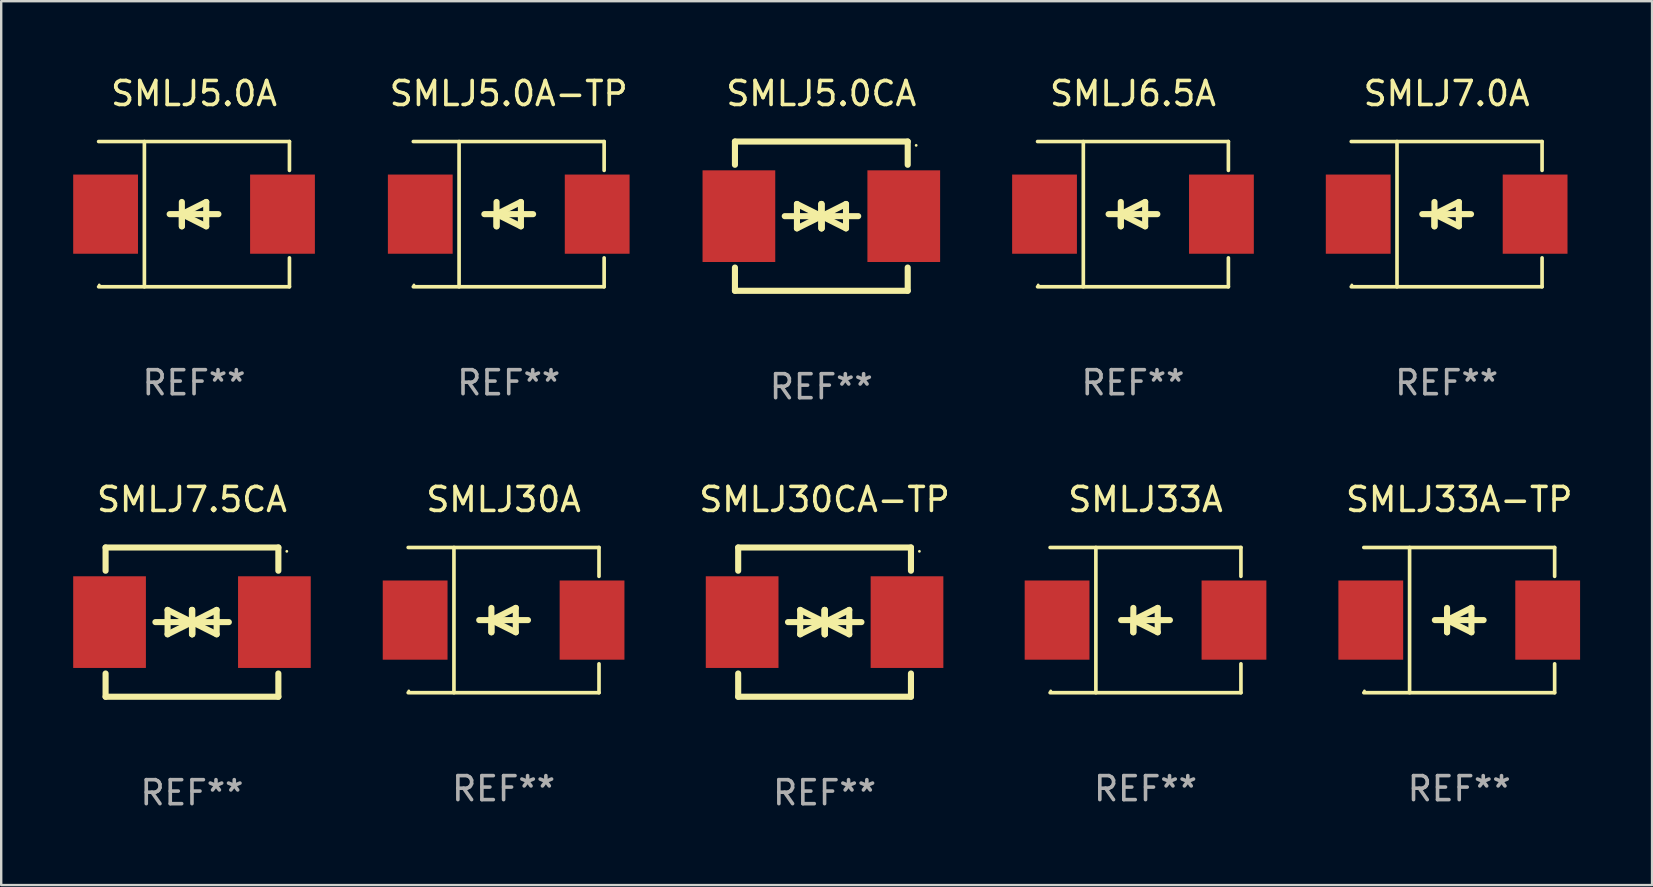
<source format=kicad_pcb>
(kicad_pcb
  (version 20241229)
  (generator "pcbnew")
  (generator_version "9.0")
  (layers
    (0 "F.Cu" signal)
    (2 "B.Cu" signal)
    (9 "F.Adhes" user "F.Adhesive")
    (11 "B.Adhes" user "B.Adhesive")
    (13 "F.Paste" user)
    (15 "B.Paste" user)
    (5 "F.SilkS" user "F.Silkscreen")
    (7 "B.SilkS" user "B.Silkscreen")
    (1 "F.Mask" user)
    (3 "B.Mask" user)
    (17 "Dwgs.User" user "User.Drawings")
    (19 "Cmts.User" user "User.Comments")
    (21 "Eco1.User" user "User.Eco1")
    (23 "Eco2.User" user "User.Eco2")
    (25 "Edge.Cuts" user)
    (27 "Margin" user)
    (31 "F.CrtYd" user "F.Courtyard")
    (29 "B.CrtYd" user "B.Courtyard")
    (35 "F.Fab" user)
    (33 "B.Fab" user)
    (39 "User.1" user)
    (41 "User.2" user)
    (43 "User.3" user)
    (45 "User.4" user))
  (footprint "SMLJ30A"
    (layer "F.Cu")
    (at 17.936 22.791)
    (property "Reference" "SMLJ30A" (at 0 -5.026 0) (layer "F.SilkS") (effects (font (size 1 1) (thickness 0.15))))
    (attr through_hole)
    (fp_line (start -3.976 -3.026) (end 3.976 -3.026) (stroke (width 0.152) (type solid)) (layer "F.SilkS"))
    (fp_line (start -3.976 3.026) (end 3.976 3.026) (stroke (width 0.152) (type solid)) (layer "F.SilkS"))
    (fp_line (start -2.069 -3.026) (end -2.069 3.026) (stroke (width 0.152) (type solid)) (layer "F.SilkS"))
    (fp_line (start -0.508 0) (end -0.508 0.508) (stroke (width 0.254) (type solid)) (layer "F.SilkS"))
    (fp_line (start -0.508 0) (end 0.508 0.508) (stroke (width 0.254) (type solid)) (layer "F.SilkS"))
    (fp_line (start -0.508 0.508) (end -0.508 -0.508) (stroke (width 0.254) (type solid)) (layer "F.SilkS"))
    (fp_line (start 0.508 -0.508) (end -0.508 0) (stroke (width 0.254) (type solid)) (layer "F.SilkS"))
    (fp_line (start 0.508 0.508) (end 0.508 -0.508) (stroke (width 0.254) (type solid)) (layer "F.SilkS"))
    (fp_line (start 1.016 0) (end -1.016 0) (stroke (width 0.254) (type solid)) (layer "F.SilkS"))
    (fp_line (start 3.976 -3.026) (end 3.976 -1.823) (stroke (width 0.152) (type solid)) (layer "F.SilkS"))
    (fp_line (start 3.976 3.026) (end 3.976 1.823) (stroke (width 0.152) (type solid)) (layer "F.SilkS"))
    (fp_circle (center -3.95 2.95) (end -3.92 2.95) (stroke (width 0.06) (type solid)) (fill no) (layer "F.SilkS"))
    (fp_text user "REF**" (at 0 7.026 0) (layer "F.Fab") (effects (font (size 1 1) (thickness 0.15))))
    (pad "1" smd rect (at -3.686 0) (size 2.7 3.3) (layers "F.Cu" "F.Mask" "F.Paste"))
    (pad "2" smd rect (at 3.686 0) (size 2.7 3.3) (layers "F.Cu" "F.Mask" "F.Paste")))
  (footprint "SMLJ7.5CA"
    (layer "F.Cu")
    (at 4.95 22.875)
    (property "Reference" "SMLJ7.5CA" (at 0 -5.11 0) (layer "F.SilkS") (effects (font (size 1 1) (thickness 0.15))))
    (attr through_hole)
    (fp_line (start -3.6 -2.141) (end -3.6 -3.11) (stroke (width 0.254) (type solid)) (layer "F.SilkS"))
    (fp_line (start -3.6 3.11) (end -3.6 2.141) (stroke (width 0.254) (type solid)) (layer "F.SilkS"))
    (fp_line (start -1.524 0) (end 0.508 0) (stroke (width 0.254) (type solid)) (layer "F.SilkS"))
    (fp_line (start -1.016 -0.508) (end -1.016 0.508) (stroke (width 0.254) (type solid)) (layer "F.SilkS"))
    (fp_line (start -1.016 0.508) (end 0 0) (stroke (width 0.254) (type solid)) (layer "F.SilkS"))
    (fp_line (start 0 -0.508) (end 0 0.508) (stroke (width 0.254) (type solid)) (layer "F.SilkS"))
    (fp_line (start 0 0) (end -1.016 -0.508) (stroke (width 0.254) (type solid)) (layer "F.SilkS"))
    (fp_line (start 0 0) (end 0 -0.508) (stroke (width 0.254) (type solid)) (layer "F.SilkS"))
    (fp_line (start 0.012 0) (end 0.012 0.508) (stroke (width 0.254) (type solid)) (layer "F.SilkS"))
    (fp_line (start 0.012 0) (end 1.028 0.508) (stroke (width 0.254) (type solid)) (layer "F.SilkS"))
    (fp_line (start 0.012 0.508) (end 0.012 -0.508) (stroke (width 0.254) (type solid)) (layer "F.SilkS"))
    (fp_line (start 1.028 -0.508) (end 0.012 0) (stroke (width 0.254) (type solid)) (layer "F.SilkS"))
    (fp_line (start 1.028 0.508) (end 1.028 -0.508) (stroke (width 0.254) (type solid)) (layer "F.SilkS"))
    (fp_line (start 1.536 0) (end -0.496 0) (stroke (width 0.254) (type solid)) (layer "F.SilkS"))
    (fp_line (start 3.6 -3.11) (end -3.6 -3.11) (stroke (width 0.254) (type solid)) (layer "F.SilkS"))
    (fp_line (start 3.6 -2.141) (end 3.6 -3.11) (stroke (width 0.254) (type solid)) (layer "F.SilkS"))
    (fp_line (start 3.6 3.11) (end -3.6 3.11) (stroke (width 0.254) (type solid)) (layer "F.SilkS"))
    (fp_line (start 3.6 3.11) (end 3.6 2.141) (stroke (width 0.254) (type solid)) (layer "F.SilkS"))
    (fp_circle (center 3.952 -2.95) (end 3.982 -2.95) (stroke (width 0.06) (type solid)) (fill no) (layer "F.SilkS"))
    (fp_text user "REF**" (at 0 7.11 0) (layer "F.Fab") (effects (font (size 1 1) (thickness 0.15))))
    (pad "1" smd rect (at 3.435 0) (size 3.03 3.82) (layers "F.Cu" "F.Mask" "F.Paste"))
    (pad "2" smd rect (at -3.435 0) (size 3.03 3.82) (layers "F.Cu" "F.Mask" "F.Paste")))
  (footprint "SMLJ5.0CA"
    (layer "F.Cu")
    (at 31.177 5.958)
    (property "Reference" "SMLJ5.0CA" (at 0 -5.11 0) (layer "F.SilkS") (effects (font (size 1 1) (thickness 0.15))))
    (attr through_hole)
    (fp_line (start -3.6 -2.141) (end -3.6 -3.11) (stroke (width 0.254) (type solid)) (layer "F.SilkS"))
    (fp_line (start -3.6 3.11) (end -3.6 2.141) (stroke (width 0.254) (type solid)) (layer "F.SilkS"))
    (fp_line (start -1.524 0) (end 0.508 0) (stroke (width 0.254) (type solid)) (layer "F.SilkS"))
    (fp_line (start -1.016 -0.508) (end -1.016 0.508) (stroke (width 0.254) (type solid)) (layer "F.SilkS"))
    (fp_line (start -1.016 0.508) (end 0 0) (stroke (width 0.254) (type solid)) (layer "F.SilkS"))
    (fp_line (start 0 -0.508) (end 0 0.508) (stroke (width 0.254) (type solid)) (layer "F.SilkS"))
    (fp_line (start 0 0) (end -1.016 -0.508) (stroke (width 0.254) (type solid)) (layer "F.SilkS"))
    (fp_line (start 0 0) (end 0 -0.508) (stroke (width 0.254) (type solid)) (layer "F.SilkS"))
    (fp_line (start 0.012 0) (end 0.012 0.508) (stroke (width 0.254) (type solid)) (layer "F.SilkS"))
    (fp_line (start 0.012 0) (end 1.028 0.508) (stroke (width 0.254) (type solid)) (layer "F.SilkS"))
    (fp_line (start 0.012 0.508) (end 0.012 -0.508) (stroke (width 0.254) (type solid)) (layer "F.SilkS"))
    (fp_line (start 1.028 -0.508) (end 0.012 0) (stroke (width 0.254) (type solid)) (layer "F.SilkS"))
    (fp_line (start 1.028 0.508) (end 1.028 -0.508) (stroke (width 0.254) (type solid)) (layer "F.SilkS"))
    (fp_line (start 1.536 0) (end -0.496 0) (stroke (width 0.254) (type solid)) (layer "F.SilkS"))
    (fp_line (start 3.6 -3.11) (end -3.6 -3.11) (stroke (width 0.254) (type solid)) (layer "F.SilkS"))
    (fp_line (start 3.6 -2.141) (end 3.6 -3.11) (stroke (width 0.254) (type solid)) (layer "F.SilkS"))
    (fp_line (start 3.6 3.11) (end -3.6 3.11) (stroke (width 0.254) (type solid)) (layer "F.SilkS"))
    (fp_line (start 3.6 3.11) (end 3.6 2.141) (stroke (width 0.254) (type solid)) (layer "F.SilkS"))
    (fp_circle (center 3.952 -2.95) (end 3.982 -2.95) (stroke (width 0.06) (type solid)) (fill no) (layer "F.SilkS"))
    (fp_text user "REF**" (at 0 7.11 0) (layer "F.Fab") (effects (font (size 1 1) (thickness 0.15))))
    (pad "1" smd rect (at 3.435 0) (size 3.03 3.82) (layers "F.Cu" "F.Mask" "F.Paste"))
    (pad "2" smd rect (at -3.435 0) (size 3.03 3.82) (layers "F.Cu" "F.Mask" "F.Paste")))
  (footprint "SMLJ6.5A"
    (layer "F.Cu")
    (at 44.164 5.874)
    (property "Reference" "SMLJ6.5A" (at 0 -5.026 0) (layer "F.SilkS") (effects (font (size 1 1) (thickness 0.15))))
    (attr through_hole)
    (fp_line (start -3.976 -3.026) (end 3.976 -3.026) (stroke (width 0.152) (type solid)) (layer "F.SilkS"))
    (fp_line (start -3.976 3.026) (end 3.976 3.026) (stroke (width 0.152) (type solid)) (layer "F.SilkS"))
    (fp_line (start -2.069 -3.026) (end -2.069 3.026) (stroke (width 0.152) (type solid)) (layer "F.SilkS"))
    (fp_line (start -0.508 0) (end -0.508 0.508) (stroke (width 0.254) (type solid)) (layer "F.SilkS"))
    (fp_line (start -0.508 0) (end 0.508 0.508) (stroke (width 0.254) (type solid)) (layer "F.SilkS"))
    (fp_line (start -0.508 0.508) (end -0.508 -0.508) (stroke (width 0.254) (type solid)) (layer "F.SilkS"))
    (fp_line (start 0.508 -0.508) (end -0.508 0) (stroke (width 0.254) (type solid)) (layer "F.SilkS"))
    (fp_line (start 0.508 0.508) (end 0.508 -0.508) (stroke (width 0.254) (type solid)) (layer "F.SilkS"))
    (fp_line (start 1.016 0) (end -1.016 0) (stroke (width 0.254) (type solid)) (layer "F.SilkS"))
    (fp_line (start 3.976 -3.026) (end 3.976 -1.823) (stroke (width 0.152) (type solid)) (layer "F.SilkS"))
    (fp_line (start 3.976 3.026) (end 3.976 1.823) (stroke (width 0.152) (type solid)) (layer "F.SilkS"))
    (fp_circle (center -3.95 2.95) (end -3.92 2.95) (stroke (width 0.06) (type solid)) (fill no) (layer "F.SilkS"))
    (fp_text user "REF**" (at 0 7.026 0) (layer "F.Fab") (effects (font (size 1 1) (thickness 0.15))))
    (pad "1" smd rect (at -3.686 0) (size 2.7 3.3) (layers "F.Cu" "F.Mask" "F.Paste"))
    (pad "2" smd rect (at 3.686 0) (size 2.7 3.3) (layers "F.Cu" "F.Mask" "F.Paste")))
  (footprint "SMLJ5.0A"
    (layer "F.Cu")
    (at 5.036 5.874)
    (property "Reference" "SMLJ5.0A" (at 0 -5.026 0) (layer "F.SilkS") (effects (font (size 1 1) (thickness 0.15))))
    (attr through_hole)
    (fp_line (start -3.976 -3.026) (end 3.976 -3.026) (stroke (width 0.152) (type solid)) (layer "F.SilkS"))
    (fp_line (start -3.976 3.026) (end 3.976 3.026) (stroke (width 0.152) (type solid)) (layer "F.SilkS"))
    (fp_line (start -2.069 -3.026) (end -2.069 3.026) (stroke (width 0.152) (type solid)) (layer "F.SilkS"))
    (fp_line (start -0.508 0) (end -0.508 0.508) (stroke (width 0.254) (type solid)) (layer "F.SilkS"))
    (fp_line (start -0.508 0) (end 0.508 0.508) (stroke (width 0.254) (type solid)) (layer "F.SilkS"))
    (fp_line (start -0.508 0.508) (end -0.508 -0.508) (stroke (width 0.254) (type solid)) (layer "F.SilkS"))
    (fp_line (start 0.508 -0.508) (end -0.508 0) (stroke (width 0.254) (type solid)) (layer "F.SilkS"))
    (fp_line (start 0.508 0.508) (end 0.508 -0.508) (stroke (width 0.254) (type solid)) (layer "F.SilkS"))
    (fp_line (start 1.016 0) (end -1.016 0) (stroke (width 0.254) (type solid)) (layer "F.SilkS"))
    (fp_line (start 3.976 -3.026) (end 3.976 -1.823) (stroke (width 0.152) (type solid)) (layer "F.SilkS"))
    (fp_line (start 3.976 3.026) (end 3.976 1.823) (stroke (width 0.152) (type solid)) (layer "F.SilkS"))
    (fp_circle (center -3.95 2.95) (end -3.92 2.95) (stroke (width 0.06) (type solid)) (fill no) (layer "F.SilkS"))
    (fp_text user "REF**" (at 0 7.026 0) (layer "F.Fab") (effects (font (size 1 1) (thickness 0.15))))
    (pad "1" smd rect (at -3.686 0) (size 2.7 3.3) (layers "F.Cu" "F.Mask" "F.Paste"))
    (pad "2" smd rect (at 3.686 0) (size 2.7 3.3) (layers "F.Cu" "F.Mask" "F.Paste")))
  (footprint "SMLJ30CA-TP"
    (layer "F.Cu")
    (at 31.312 22.875)
    (property "Reference" "SMLJ30CA-TP" (at 0 -5.11 0) (layer "F.SilkS") (effects (font (size 1 1) (thickness 0.15))))
    (attr through_hole)
    (fp_line (start -3.6 -2.141) (end -3.6 -3.11) (stroke (width 0.254) (type solid)) (layer "F.SilkS"))
    (fp_line (start -3.6 3.11) (end -3.6 2.141) (stroke (width 0.254) (type solid)) (layer "F.SilkS"))
    (fp_line (start -1.524 0) (end 0.508 0) (stroke (width 0.254) (type solid)) (layer "F.SilkS"))
    (fp_line (start -1.016 -0.508) (end -1.016 0.508) (stroke (width 0.254) (type solid)) (layer "F.SilkS"))
    (fp_line (start -1.016 0.508) (end 0 0) (stroke (width 0.254) (type solid)) (layer "F.SilkS"))
    (fp_line (start 0 -0.508) (end 0 0.508) (stroke (width 0.254) (type solid)) (layer "F.SilkS"))
    (fp_line (start 0 0) (end -1.016 -0.508) (stroke (width 0.254) (type solid)) (layer "F.SilkS"))
    (fp_line (start 0 0) (end 0 -0.508) (stroke (width 0.254) (type solid)) (layer "F.SilkS"))
    (fp_line (start 0.012 0) (end 0.012 0.508) (stroke (width 0.254) (type solid)) (layer "F.SilkS"))
    (fp_line (start 0.012 0) (end 1.028 0.508) (stroke (width 0.254) (type solid)) (layer "F.SilkS"))
    (fp_line (start 0.012 0.508) (end 0.012 -0.508) (stroke (width 0.254) (type solid)) (layer "F.SilkS"))
    (fp_line (start 1.028 -0.508) (end 0.012 0) (stroke (width 0.254) (type solid)) (layer "F.SilkS"))
    (fp_line (start 1.028 0.508) (end 1.028 -0.508) (stroke (width 0.254) (type solid)) (layer "F.SilkS"))
    (fp_line (start 1.536 0) (end -0.496 0) (stroke (width 0.254) (type solid)) (layer "F.SilkS"))
    (fp_line (start 3.6 -3.11) (end -3.6 -3.11) (stroke (width 0.254) (type solid)) (layer "F.SilkS"))
    (fp_line (start 3.6 -2.141) (end 3.6 -3.11) (stroke (width 0.254) (type solid)) (layer "F.SilkS"))
    (fp_line (start 3.6 3.11) (end -3.6 3.11) (stroke (width 0.254) (type solid)) (layer "F.SilkS"))
    (fp_line (start 3.6 3.11) (end 3.6 2.141) (stroke (width 0.254) (type solid)) (layer "F.SilkS"))
    (fp_circle (center 3.952 -2.95) (end 3.982 -2.95) (stroke (width 0.06) (type solid)) (fill no) (layer "F.SilkS"))
    (fp_text user "REF**" (at 0 7.11 0) (layer "F.Fab") (effects (font (size 1 1) (thickness 0.15))))
    (pad "1" smd rect (at 3.435 0) (size 3.03 3.82) (layers "F.Cu" "F.Mask" "F.Paste"))
    (pad "2" smd rect (at -3.435 0) (size 3.03 3.82) (layers "F.Cu" "F.Mask" "F.Paste")))
  (footprint "SMLJ7.0A"
    (layer "F.Cu")
    (at 57.236 5.874)
    (property "Reference" "SMLJ7.0A" (at 0 -5.026 0) (layer "F.SilkS") (effects (font (size 1 1) (thickness 0.15))))
    (attr through_hole)
    (fp_line (start -3.976 -3.026) (end 3.976 -3.026) (stroke (width 0.152) (type solid)) (layer "F.SilkS"))
    (fp_line (start -3.976 3.026) (end 3.976 3.026) (stroke (width 0.152) (type solid)) (layer "F.SilkS"))
    (fp_line (start -2.069 -3.026) (end -2.069 3.026) (stroke (width 0.152) (type solid)) (layer "F.SilkS"))
    (fp_line (start -0.508 0) (end -0.508 0.508) (stroke (width 0.254) (type solid)) (layer "F.SilkS"))
    (fp_line (start -0.508 0) (end 0.508 0.508) (stroke (width 0.254) (type solid)) (layer "F.SilkS"))
    (fp_line (start -0.508 0.508) (end -0.508 -0.508) (stroke (width 0.254) (type solid)) (layer "F.SilkS"))
    (fp_line (start 0.508 -0.508) (end -0.508 0) (stroke (width 0.254) (type solid)) (layer "F.SilkS"))
    (fp_line (start 0.508 0.508) (end 0.508 -0.508) (stroke (width 0.254) (type solid)) (layer "F.SilkS"))
    (fp_line (start 1.016 0) (end -1.016 0) (stroke (width 0.254) (type solid)) (layer "F.SilkS"))
    (fp_line (start 3.976 -3.026) (end 3.976 -1.823) (stroke (width 0.152) (type solid)) (layer "F.SilkS"))
    (fp_line (start 3.976 3.026) (end 3.976 1.823) (stroke (width 0.152) (type solid)) (layer "F.SilkS"))
    (fp_circle (center -3.95 2.95) (end -3.92 2.95) (stroke (width 0.06) (type solid)) (fill no) (layer "F.SilkS"))
    (fp_text user "REF**" (at 0 7.026 0) (layer "F.Fab") (effects (font (size 1 1) (thickness 0.15))))
    (pad "1" smd rect (at -3.686 0) (size 2.7 3.3) (layers "F.Cu" "F.Mask" "F.Paste"))
    (pad "2" smd rect (at 3.686 0) (size 2.7 3.3) (layers "F.Cu" "F.Mask" "F.Paste")))
  (footprint "SMLJ5.0A-TP"
    (layer "F.Cu")
    (at 18.15 5.874)
    (property "Reference" "SMLJ5.0A-TP" (at 0 -5.026 0) (layer "F.SilkS") (effects (font (size 1 1) (thickness 0.15))))
    (attr through_hole)
    (fp_line (start -3.976 -3.026) (end 3.976 -3.026) (stroke (width 0.152) (type solid)) (layer "F.SilkS"))
    (fp_line (start -3.976 3.026) (end 3.976 3.026) (stroke (width 0.152) (type solid)) (layer "F.SilkS"))
    (fp_line (start -2.069 -3.026) (end -2.069 3.026) (stroke (width 0.152) (type solid)) (layer "F.SilkS"))
    (fp_line (start -0.508 0) (end -0.508 0.508) (stroke (width 0.254) (type solid)) (layer "F.SilkS"))
    (fp_line (start -0.508 0) (end 0.508 0.508) (stroke (width 0.254) (type solid)) (layer "F.SilkS"))
    (fp_line (start -0.508 0.508) (end -0.508 -0.508) (stroke (width 0.254) (type solid)) (layer "F.SilkS"))
    (fp_line (start 0.508 -0.508) (end -0.508 0) (stroke (width 0.254) (type solid)) (layer "F.SilkS"))
    (fp_line (start 0.508 0.508) (end 0.508 -0.508) (stroke (width 0.254) (type solid)) (layer "F.SilkS"))
    (fp_line (start 1.016 0) (end -1.016 0) (stroke (width 0.254) (type solid)) (layer "F.SilkS"))
    (fp_line (start 3.976 -3.026) (end 3.976 -1.823) (stroke (width 0.152) (type solid)) (layer "F.SilkS"))
    (fp_line (start 3.976 3.026) (end 3.976 1.823) (stroke (width 0.152) (type solid)) (layer "F.SilkS"))
    (fp_circle (center -3.95 2.95) (end -3.92 2.95) (stroke (width 0.06) (type solid)) (fill no) (layer "F.SilkS"))
    (fp_text user "REF**" (at 0 7.026 0) (layer "F.Fab") (effects (font (size 1 1) (thickness 0.15))))
    (pad "1" smd rect (at -3.686 0) (size 2.7 3.3) (layers "F.Cu" "F.Mask" "F.Paste"))
    (pad "2" smd rect (at 3.686 0) (size 2.7 3.3) (layers "F.Cu" "F.Mask" "F.Paste")))
  (footprint "SMLJ33A"
    (layer "F.Cu")
    (at 44.687 22.791)
    (property "Reference" "SMLJ33A" (at 0 -5.026 0) (layer "F.SilkS") (effects (font (size 1 1) (thickness 0.15))))
    (attr through_hole)
    (fp_line (start -3.976 -3.026) (end 3.976 -3.026) (stroke (width 0.152) (type solid)) (layer "F.SilkS"))
    (fp_line (start -3.976 3.026) (end 3.976 3.026) (stroke (width 0.152) (type solid)) (layer "F.SilkS"))
    (fp_line (start -2.069 -3.026) (end -2.069 3.026) (stroke (width 0.152) (type solid)) (layer "F.SilkS"))
    (fp_line (start -0.508 0) (end -0.508 0.508) (stroke (width 0.254) (type solid)) (layer "F.SilkS"))
    (fp_line (start -0.508 0) (end 0.508 0.508) (stroke (width 0.254) (type solid)) (layer "F.SilkS"))
    (fp_line (start -0.508 0.508) (end -0.508 -0.508) (stroke (width 0.254) (type solid)) (layer "F.SilkS"))
    (fp_line (start 0.508 -0.508) (end -0.508 0) (stroke (width 0.254) (type solid)) (layer "F.SilkS"))
    (fp_line (start 0.508 0.508) (end 0.508 -0.508) (stroke (width 0.254) (type solid)) (layer "F.SilkS"))
    (fp_line (start 1.016 0) (end -1.016 0) (stroke (width 0.254) (type solid)) (layer "F.SilkS"))
    (fp_line (start 3.976 -3.026) (end 3.976 -1.823) (stroke (width 0.152) (type solid)) (layer "F.SilkS"))
    (fp_line (start 3.976 3.026) (end 3.976 1.823) (stroke (width 0.152) (type solid)) (layer "F.SilkS"))
    (fp_circle (center -3.95 2.95) (end -3.92 2.95) (stroke (width 0.06) (type solid)) (fill no) (layer "F.SilkS"))
    (fp_text user "REF**" (at 0 7.026 0) (layer "F.Fab") (effects (font (size 1 1) (thickness 0.15))))
    (pad "1" smd rect (at -3.686 0) (size 2.7 3.3) (layers "F.Cu" "F.Mask" "F.Paste"))
    (pad "2" smd rect (at 3.686 0) (size 2.7 3.3) (layers "F.Cu" "F.Mask" "F.Paste")))
  (footprint "SMLJ33A-TP"
    (layer "F.Cu")
    (at 57.76 22.791)
    (property "Reference" "SMLJ33A-TP" (at 0 -5.026 0) (layer "F.SilkS") (effects (font (size 1 1) (thickness 0.15))))
    (attr through_hole)
    (fp_line (start -3.976 -3.026) (end 3.976 -3.026) (stroke (width 0.152) (type solid)) (layer "F.SilkS"))
    (fp_line (start -3.976 3.026) (end 3.976 3.026) (stroke (width 0.152) (type solid)) (layer "F.SilkS"))
    (fp_line (start -2.069 -3.026) (end -2.069 3.026) (stroke (width 0.152) (type solid)) (layer "F.SilkS"))
    (fp_line (start -0.508 0) (end -0.508 0.508) (stroke (width 0.254) (type solid)) (layer "F.SilkS"))
    (fp_line (start -0.508 0) (end 0.508 0.508) (stroke (width 0.254) (type solid)) (layer "F.SilkS"))
    (fp_line (start -0.508 0.508) (end -0.508 -0.508) (stroke (width 0.254) (type solid)) (layer "F.SilkS"))
    (fp_line (start 0.508 -0.508) (end -0.508 0) (stroke (width 0.254) (type solid)) (layer "F.SilkS"))
    (fp_line (start 0.508 0.508) (end 0.508 -0.508) (stroke (width 0.254) (type solid)) (layer "F.SilkS"))
    (fp_line (start 1.016 0) (end -1.016 0) (stroke (width 0.254) (type solid)) (layer "F.SilkS"))
    (fp_line (start 3.976 -3.026) (end 3.976 -1.823) (stroke (width 0.152) (type solid)) (layer "F.SilkS"))
    (fp_line (start 3.976 3.026) (end 3.976 1.823) (stroke (width 0.152) (type solid)) (layer "F.SilkS"))
    (fp_circle (center -3.95 2.95) (end -3.92 2.95) (stroke (width 0.06) (type solid)) (fill no) (layer "F.SilkS"))
    (fp_text user "REF**" (at 0 7.026 0) (layer "F.Fab") (effects (font (size 1 1) (thickness 0.15))))
    (pad "1" smd rect (at -3.686 0) (size 2.7 3.3) (layers "F.Cu" "F.Mask" "F.Paste"))
    (pad "2" smd rect (at 3.686 0) (size 2.7 3.3) (layers "F.Cu" "F.Mask" "F.Paste")))
  (gr_rect
    (start -3 -3)
    (end 65.796 33.833)
    (stroke (width 0.1) (type default))
    (fill no)
    (layer "Edge.Cuts")))
</source>
